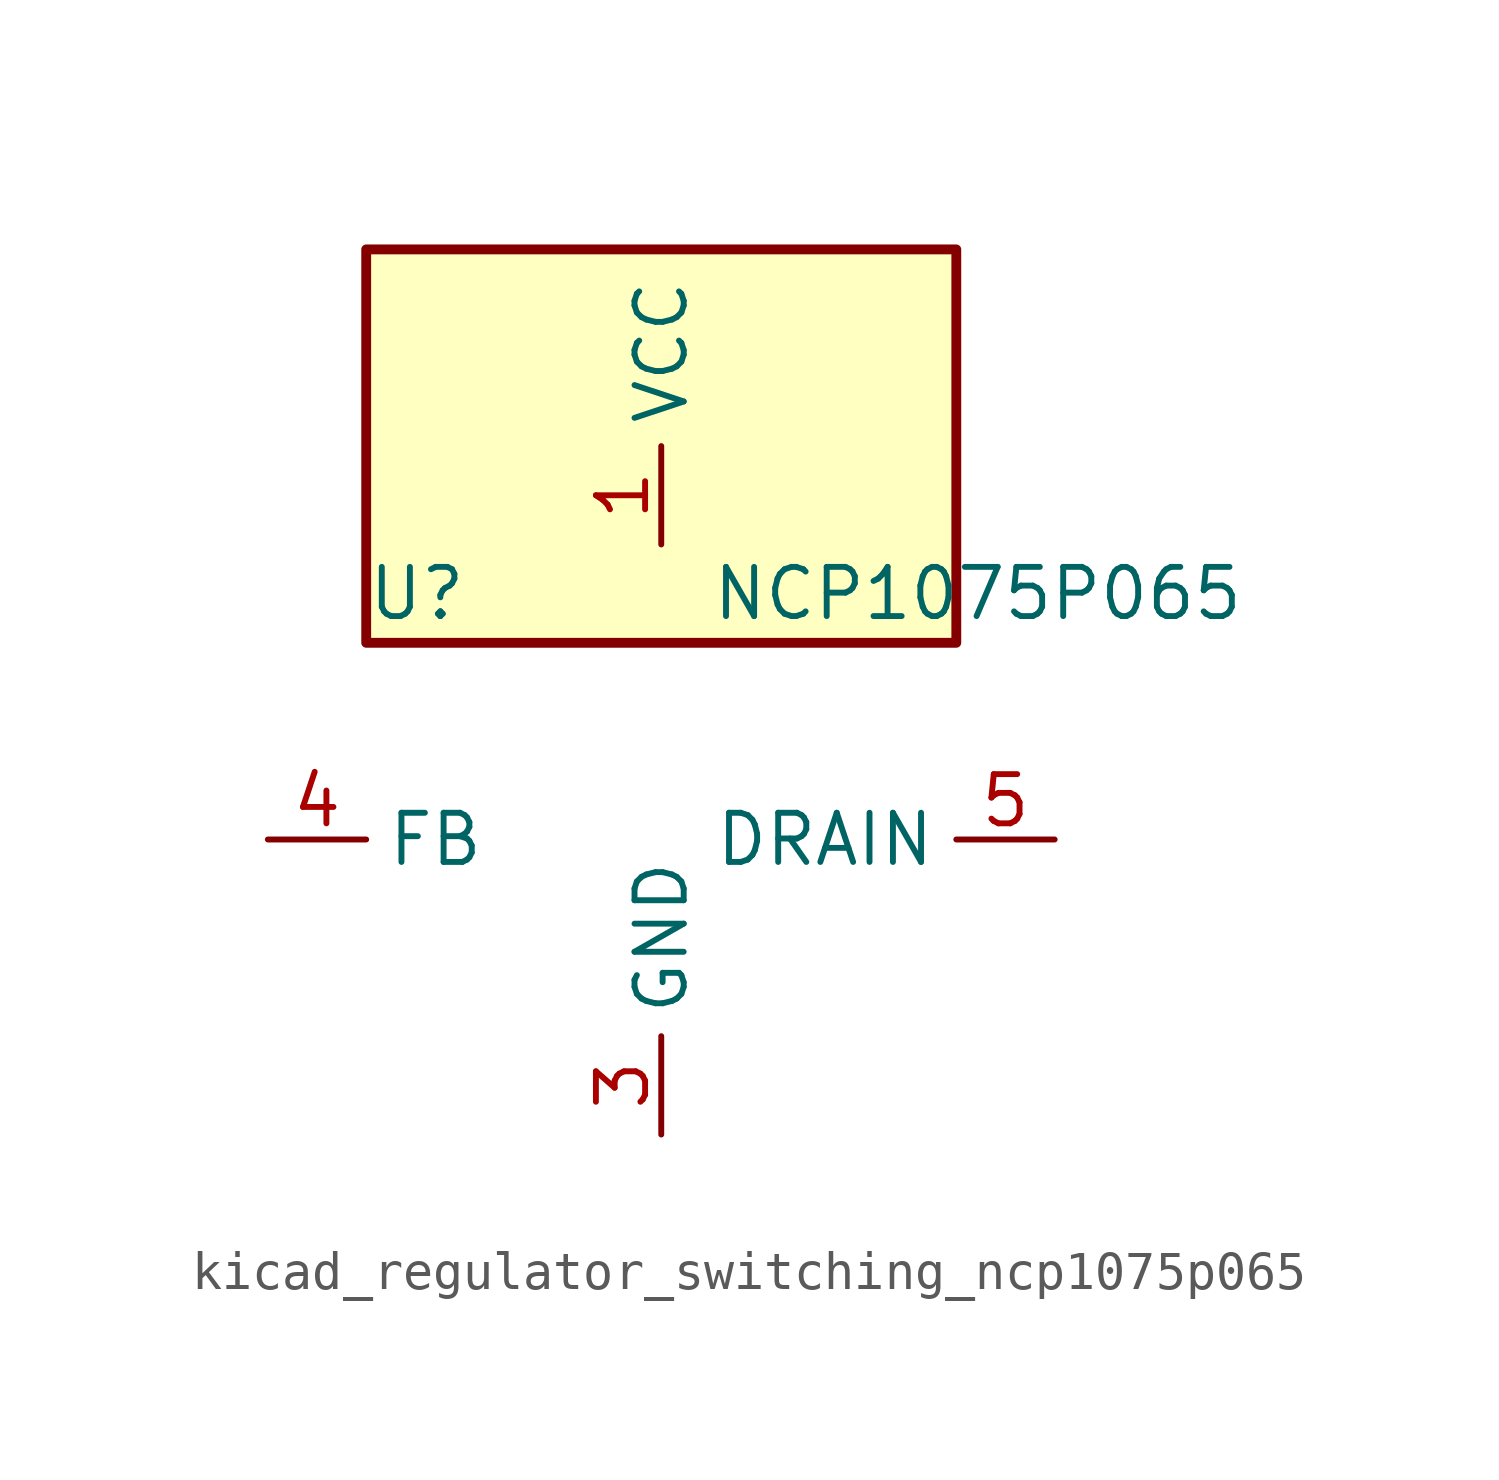
<source format=kicad_sym>
(kicad_symbol_lib
  (version 20220914)
  (generator kicad_symbol_editor)
  (symbol "kicad_regulator_switching_ncp1075p065"
    (property "Reference" "U"
      (at -7.62 6.35 0)
      (effects (font (size 1.27 1.27)) (justify left)))
    (property "Value" "NCP1075P065"
      (at 1.27 6.35 0)
      (effects (font (size 1.27 1.27)) (justify left)))
    (symbol "kicad_regulator_switching_ncp1075p065_0_1"
      (rectangle (start 7.62 15.24) (end -7.62 5.08) (stroke (width 0.254) (type default)) (fill (type background))))
    (symbol "kicad_regulator_switching_ncp1075p065_1_1"
      (pin power_in line (at 0 7.62 90) (length 2.54) (name "VCC" (effects (font (size 1.27 1.27)))) (number "1" (effects (font (size 1.27 1.27)))))
      (pin no_connect line (at -7.62 2.54 0) (length 2.54) hide (name "NC" (effects (font (size 1.27 1.27)))) (number "2" (effects (font (size 1.27 1.27)))))
      (pin power_in line (at 0 -7.62 90) (length 2.54) (name "GND" (effects (font (size 1.27 1.27)))) (number "3" (effects (font (size 1.27 1.27)))))
      (pin input line (at -10.16 0 0) (length 2.54) (name "FB" (effects (font (size 1.27 1.27)))) (number "4" (effects (font (size 1.27 1.27)))))
      (pin open_collector line (at 10.16 0 180) (length 2.54) (name "DRAIN" (effects (font (size 1.27 1.27)))) (number "5" (effects (font (size 1.27 1.27)))))
      (pin passive line (at 0 -7.62 90) (length 2.54) hide (name "GND" (effects (font (size 1.27 1.27)))) (number "7" (effects (font (size 1.27 1.27)))))
      (pin passive line (at 0 -7.62 90) (length 2.54) hide (name "GND" (effects (font (size 1.27 1.27)))) (number "8" (effects (font (size 1.27 1.27))))))))
</source>
